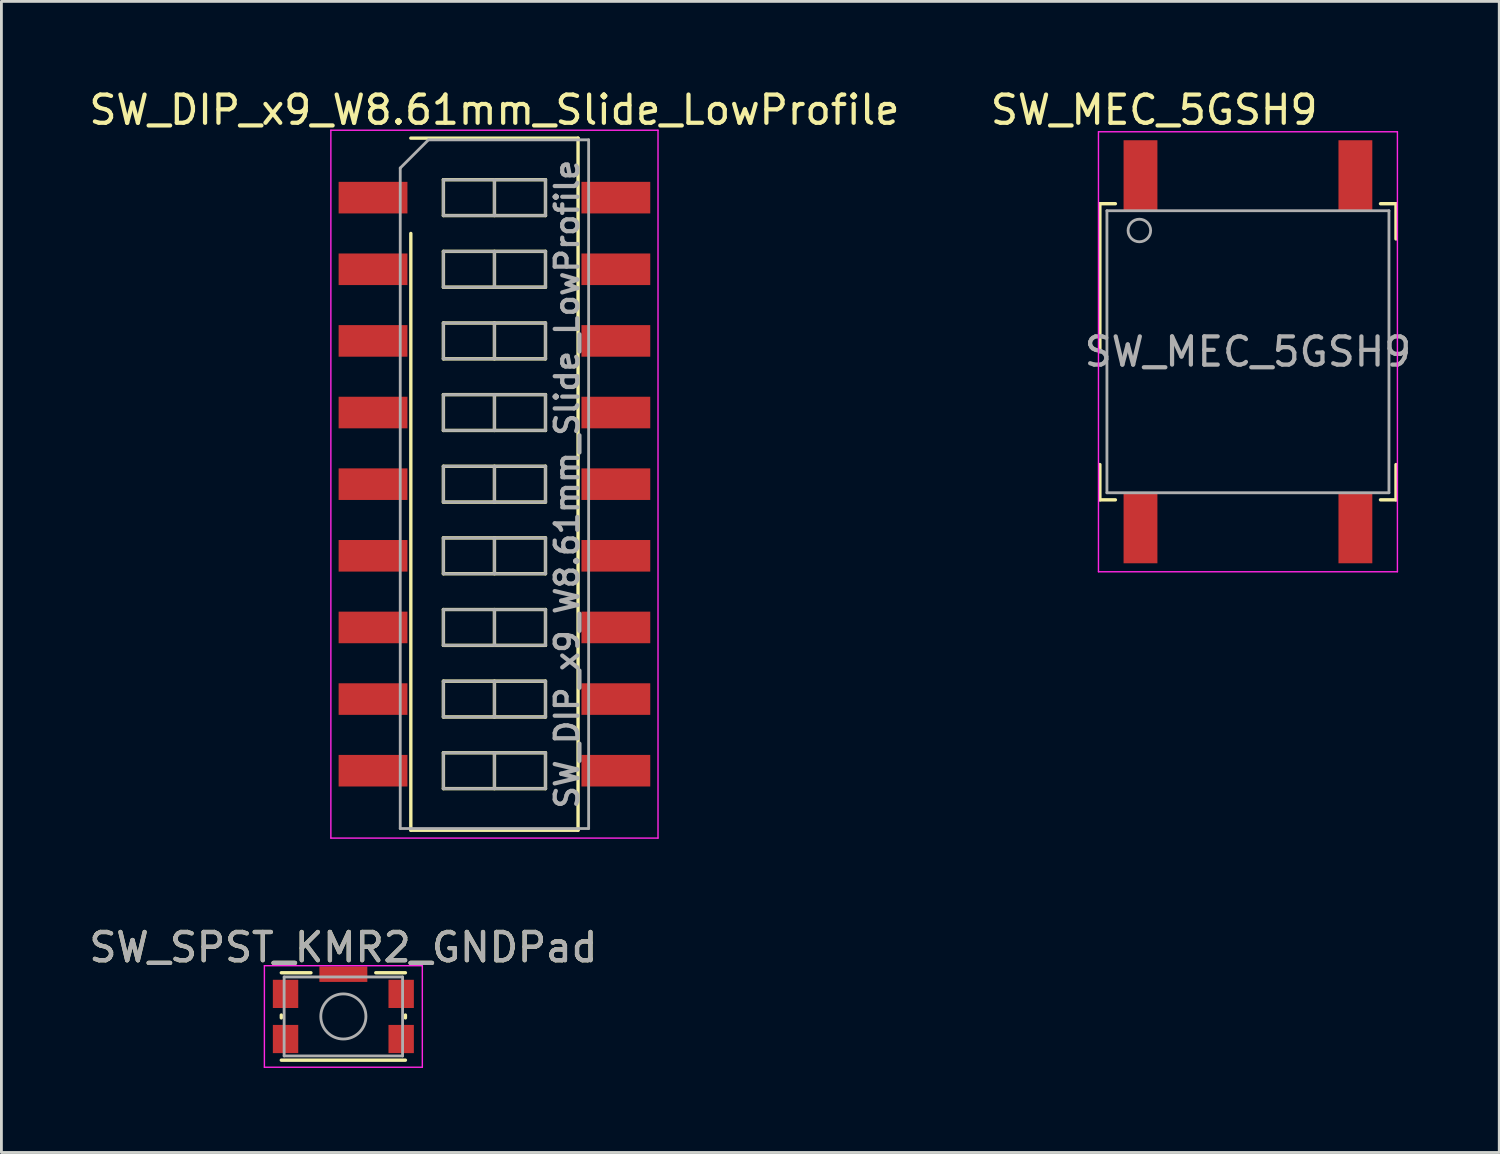
<source format=kicad_pcb>
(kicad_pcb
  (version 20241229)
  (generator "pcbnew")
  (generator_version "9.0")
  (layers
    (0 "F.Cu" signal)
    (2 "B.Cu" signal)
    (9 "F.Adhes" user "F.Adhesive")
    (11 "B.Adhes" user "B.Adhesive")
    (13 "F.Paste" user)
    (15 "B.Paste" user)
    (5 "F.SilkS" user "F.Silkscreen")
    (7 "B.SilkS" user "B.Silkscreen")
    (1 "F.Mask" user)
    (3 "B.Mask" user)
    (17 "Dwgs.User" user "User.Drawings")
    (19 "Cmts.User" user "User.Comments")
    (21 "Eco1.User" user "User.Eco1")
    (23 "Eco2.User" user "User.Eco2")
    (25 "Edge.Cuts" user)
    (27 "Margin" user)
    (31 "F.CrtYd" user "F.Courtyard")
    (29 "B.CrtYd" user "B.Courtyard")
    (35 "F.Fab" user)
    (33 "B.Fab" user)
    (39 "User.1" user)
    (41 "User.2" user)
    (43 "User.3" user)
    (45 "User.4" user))
  (footprint "SW_MEC_5GSH9"
    (layer "F.Cu")
    (at 41.2 9.423)
    (property "Reference" "SW_MEC_5GSH9" (at -3.325 -8.575 180) (layer "F.SilkS") (effects (font (size 1 1) (thickness 0.15))))
    (attr smd)
    (fp_line (start -5.25 -5.25) (end -5.25 0) (stroke (width 0.12) (type solid)) (layer "F.SilkS"))
    (fp_line (start -5.25 5.25) (end -5.25 4) (stroke (width 0.12) (type solid)) (layer "F.SilkS"))
    (fp_line (start -4.7 -5.25) (end -5.25 -5.25) (stroke (width 0.12) (type solid)) (layer "F.SilkS"))
    (fp_line (start -4.7 5.25) (end -5.25 5.25) (stroke (width 0.12) (type solid)) (layer "F.SilkS"))
    (fp_line (start 4.7 -5.25) (end 5.25 -5.25) (stroke (width 0.12) (type solid)) (layer "F.SilkS"))
    (fp_line (start 4.7 5.25) (end 5.25 5.25) (stroke (width 0.12) (type solid)) (layer "F.SilkS"))
    (fp_line (start 5.25 -5.25) (end 5.25 -4) (stroke (width 0.12) (type solid)) (layer "F.SilkS"))
    (fp_line (start 5.25 5.25) (end 5.25 4) (stroke (width 0.12) (type solid)) (layer "F.SilkS"))
    (fp_line (start -5.3 -7.8) (end 5.3 -7.8) (stroke (width 0.05) (type solid)) (layer "F.CrtYd"))
    (fp_line (start -5.3 7.8) (end -5.3 -7.8) (stroke (width 0.05) (type solid)) (layer "F.CrtYd"))
    (fp_line (start 5.3 -7.8) (end 5.3 7.8) (stroke (width 0.05) (type solid)) (layer "F.CrtYd"))
    (fp_line (start 5.3 7.8) (end -5.3 7.8) (stroke (width 0.05) (type solid)) (layer "F.CrtYd"))
    (fp_line (start -5 -5) (end 5 -5) (stroke (width 0.1) (type solid)) (layer "F.Fab"))
    (fp_line (start -5 5) (end -5 -5) (stroke (width 0.1) (type solid)) (layer "F.Fab"))
    (fp_line (start 5 -5) (end 5 5) (stroke (width 0.1) (type solid)) (layer "F.Fab"))
    (fp_line (start 5 5) (end -5 5) (stroke (width 0.1) (type solid)) (layer "F.Fab"))
    (fp_circle (center -3.85 -4.3) (end -3.85 -4.7) (stroke (width 0.1) (type solid)) (fill no) (layer "F.Fab"))
    (fp_text user "${REFERENCE}" (at 0 0 0) (layer "F.Fab") (effects (font (size 1 1) (thickness 0.15))))
    (pad "1" smd rect (at -3.81 -6.25 90) (size 2.5 1.2) (layers "F.Cu" "F.Mask" "F.Paste"))
    (pad "2" smd rect (at -3.81 6.25 90) (size 2.5 1.2) (layers "F.Cu" "F.Mask" "F.Paste"))
    (pad "3" smd rect (at 3.81 -6.25 90) (size 2.5 1.2) (layers "F.Cu" "F.Mask" "F.Paste"))
    (pad "4" smd rect (at 3.81 6.25 90) (size 2.5 1.2) (layers "F.Cu" "F.Mask" "F.Paste")))
  (footprint "SW_SPST_KMR2_GNDPad"
    (layer "F.Cu")
    (at 9.125 32.992)
    (property "Reference" "SW_SPST_KMR2_GNDPad" (at 0 -2.45 0) (layer "F.SilkS") (effects (font (size 1 1) (thickness 0.15))))
    (attr smd)
    (fp_line (start -2.2 0.05) (end -2.2 -0.05) (stroke (width 0.12) (type solid)) (layer "F.SilkS"))
    (fp_line (start -2.2 1.55) (end 2.2 1.55) (stroke (width 0.12) (type solid)) (layer "F.SilkS"))
    (fp_line (start -1.15 -1.55) (end -2.2 -1.55) (stroke (width 0.12) (type solid)) (layer "F.SilkS"))
    (fp_line (start 2.2 -1.55) (end 1.15 -1.55) (stroke (width 0.12) (type solid)) (layer "F.SilkS"))
    (fp_line (start 2.2 0.05) (end 2.2 -0.05) (stroke (width 0.12) (type solid)) (layer "F.SilkS"))
    (fp_line (start -2.8 -1.8) (end 2.8 -1.8) (stroke (width 0.05) (type solid)) (layer "F.CrtYd"))
    (fp_line (start -2.8 1.8) (end -2.8 -1.8) (stroke (width 0.05) (type solid)) (layer "F.CrtYd"))
    (fp_line (start 2.8 -1.8) (end 2.8 1.8) (stroke (width 0.05) (type solid)) (layer "F.CrtYd"))
    (fp_line (start 2.8 1.8) (end -2.8 1.8) (stroke (width 0.05) (type solid)) (layer "F.CrtYd"))
    (fp_line (start -2.1 -1.4) (end 2.1 -1.4) (stroke (width 0.1) (type solid)) (layer "F.Fab"))
    (fp_line (start -2.1 1.4) (end -2.1 -1.4) (stroke (width 0.1) (type solid)) (layer "F.Fab"))
    (fp_line (start 2.1 -1.4) (end 2.1 1.4) (stroke (width 0.1) (type solid)) (layer "F.Fab"))
    (fp_line (start 2.1 1.4) (end -2.1 1.4) (stroke (width 0.1) (type solid)) (layer "F.Fab"))
    (fp_circle (center 0 0) (end 0 0.8) (stroke (width 0.1) (type solid)) (fill no) (layer "F.Fab"))
    (fp_text user "${REFERENCE}" (at 0 -2.45 0) (layer "F.Fab") (effects (font (size 1 1) (thickness 0.15))))
    (pad "1" smd rect (at -2.05 -0.8) (size 0.9 1) (layers "F.Cu" "F.Mask" "F.Paste"))
    (pad "1" smd rect (at 2.05 -0.8) (size 0.9 1) (layers "F.Cu" "F.Mask" "F.Paste"))
    (pad "2" smd rect (at -2.05 0.8) (size 0.9 1) (layers "F.Cu" "F.Mask" "F.Paste"))
    (pad "2" smd rect (at 2.05 0.8) (size 0.9 1) (layers "F.Cu" "F.Mask" "F.Paste"))
    (pad "3" smd rect (at 0 -1.5) (size 1.7 0.55) (layers "F.Cu" "F.Mask" "F.Paste")))
  (footprint "SW_DIP_x9_W8.61mm_Slide_LowProfile"
    (layer "F.Cu")
    (at 14.482 14.118)
    (property "Reference" "SW_DIP_x9_W8.61mm_Slide_LowProfile" (at 0 -13.27 0) (layer "F.SilkS") (effects (font (size 1 1) (thickness 0.15))))
    (attr smd)
    (fp_line (start -2.965 -12.27) (end 2.965 -12.27) (stroke (width 0.12) (type solid)) (layer "F.SilkS"))
    (fp_line (start -2.965 12.27) (end -2.965 -8.89) (stroke (width 0.12) (type solid)) (layer "F.SilkS"))
    (fp_line (start -1.81 -10.795) (end -1.81 -9.525) (stroke (width 0.12) (type solid)) (layer "F.SilkS"))
    (fp_line (start -1.81 -9.525) (end 1.81 -9.525) (stroke (width 0.12) (type solid)) (layer "F.SilkS"))
    (fp_line (start -1.81 -8.255) (end -1.81 -6.985) (stroke (width 0.12) (type solid)) (layer "F.SilkS"))
    (fp_line (start -1.81 -6.985) (end 1.81 -6.985) (stroke (width 0.12) (type solid)) (layer "F.SilkS"))
    (fp_line (start -1.81 -5.715) (end -1.81 -4.445) (stroke (width 0.12) (type solid)) (layer "F.SilkS"))
    (fp_line (start -1.81 -4.445) (end 1.81 -4.445) (stroke (width 0.12) (type solid)) (layer "F.SilkS"))
    (fp_line (start -1.81 -3.175) (end -1.81 -1.905) (stroke (width 0.12) (type solid)) (layer "F.SilkS"))
    (fp_line (start -1.81 -1.905) (end 1.81 -1.905) (stroke (width 0.12) (type solid)) (layer "F.SilkS"))
    (fp_line (start -1.81 -0.635) (end -1.81 0.635) (stroke (width 0.12) (type solid)) (layer "F.SilkS"))
    (fp_line (start -1.81 0.635) (end 1.81 0.635) (stroke (width 0.12) (type solid)) (layer "F.SilkS"))
    (fp_line (start -1.81 1.905) (end -1.81 3.175) (stroke (width 0.12) (type solid)) (layer "F.SilkS"))
    (fp_line (start -1.81 3.175) (end 1.81 3.175) (stroke (width 0.12) (type solid)) (layer "F.SilkS"))
    (fp_line (start -1.81 4.445) (end -1.81 5.715) (stroke (width 0.12) (type solid)) (layer "F.SilkS"))
    (fp_line (start -1.81 5.715) (end 1.81 5.715) (stroke (width 0.12) (type solid)) (layer "F.SilkS"))
    (fp_line (start -1.81 6.985) (end -1.81 8.255) (stroke (width 0.12) (type solid)) (layer "F.SilkS"))
    (fp_line (start -1.81 8.255) (end 1.81 8.255) (stroke (width 0.12) (type solid)) (layer "F.SilkS"))
    (fp_line (start -1.81 9.525) (end -1.81 10.795) (stroke (width 0.12) (type solid)) (layer "F.SilkS"))
    (fp_line (start -1.81 10.795) (end 1.81 10.795) (stroke (width 0.12) (type solid)) (layer "F.SilkS"))
    (fp_line (start 0 -10.795) (end 0 -9.525) (stroke (width 0.12) (type solid)) (layer "F.SilkS"))
    (fp_line (start 0 -8.255) (end 0 -6.985) (stroke (width 0.12) (type solid)) (layer "F.SilkS"))
    (fp_line (start 0 -5.715) (end 0 -4.445) (stroke (width 0.12) (type solid)) (layer "F.SilkS"))
    (fp_line (start 0 -3.175) (end 0 -1.905) (stroke (width 0.12) (type solid)) (layer "F.SilkS"))
    (fp_line (start 0 -0.635) (end 0 0.635) (stroke (width 0.12) (type solid)) (layer "F.SilkS"))
    (fp_line (start 0 1.905) (end 0 3.175) (stroke (width 0.12) (type solid)) (layer "F.SilkS"))
    (fp_line (start 0 4.445) (end 0 5.715) (stroke (width 0.12) (type solid)) (layer "F.SilkS"))
    (fp_line (start 0 6.985) (end 0 8.255) (stroke (width 0.12) (type solid)) (layer "F.SilkS"))
    (fp_line (start 0 9.525) (end 0 10.795) (stroke (width 0.12) (type solid)) (layer "F.SilkS"))
    (fp_line (start 1.81 -10.795) (end -1.81 -10.795) (stroke (width 0.12) (type solid)) (layer "F.SilkS"))
    (fp_line (start 1.81 -9.525) (end 1.81 -10.795) (stroke (width 0.12) (type solid)) (layer "F.SilkS"))
    (fp_line (start 1.81 -8.255) (end -1.81 -8.255) (stroke (width 0.12) (type solid)) (layer "F.SilkS"))
    (fp_line (start 1.81 -6.985) (end 1.81 -8.255) (stroke (width 0.12) (type solid)) (layer "F.SilkS"))
    (fp_line (start 1.81 -5.715) (end -1.81 -5.715) (stroke (width 0.12) (type solid)) (layer "F.SilkS"))
    (fp_line (start 1.81 -4.445) (end 1.81 -5.715) (stroke (width 0.12) (type solid)) (layer "F.SilkS"))
    (fp_line (start 1.81 -3.175) (end -1.81 -3.175) (stroke (width 0.12) (type solid)) (layer "F.SilkS"))
    (fp_line (start 1.81 -1.905) (end 1.81 -3.175) (stroke (width 0.12) (type solid)) (layer "F.SilkS"))
    (fp_line (start 1.81 -0.635) (end -1.81 -0.635) (stroke (width 0.12) (type solid)) (layer "F.SilkS"))
    (fp_line (start 1.81 0.635) (end 1.81 -0.635) (stroke (width 0.12) (type solid)) (layer "F.SilkS"))
    (fp_line (start 1.81 1.905) (end -1.81 1.905) (stroke (width 0.12) (type solid)) (layer "F.SilkS"))
    (fp_line (start 1.81 3.175) (end 1.81 1.905) (stroke (width 0.12) (type solid)) (layer "F.SilkS"))
    (fp_line (start 1.81 4.445) (end -1.81 4.445) (stroke (width 0.12) (type solid)) (layer "F.SilkS"))
    (fp_line (start 1.81 5.715) (end 1.81 4.445) (stroke (width 0.12) (type solid)) (layer "F.SilkS"))
    (fp_line (start 1.81 6.985) (end -1.81 6.985) (stroke (width 0.12) (type solid)) (layer "F.SilkS"))
    (fp_line (start 1.81 8.255) (end 1.81 6.985) (stroke (width 0.12) (type solid)) (layer "F.SilkS"))
    (fp_line (start 1.81 9.525) (end -1.81 9.525) (stroke (width 0.12) (type solid)) (layer "F.SilkS"))
    (fp_line (start 1.81 10.795) (end 1.81 9.525) (stroke (width 0.12) (type solid)) (layer "F.SilkS"))
    (fp_line (start 2.965 -12.27) (end 2.965 12.27) (stroke (width 0.12) (type solid)) (layer "F.SilkS"))
    (fp_line (start 2.965 12.27) (end -2.965 12.27) (stroke (width 0.12) (type solid)) (layer "F.SilkS"))
    (fp_line (start -5.8 -12.55) (end -5.8 12.55) (stroke (width 0.05) (type solid)) (layer "F.CrtYd"))
    (fp_line (start -5.8 12.55) (end 5.8 12.55) (stroke (width 0.05) (type solid)) (layer "F.CrtYd"))
    (fp_line (start 5.8 -12.55) (end -5.8 -12.55) (stroke (width 0.05) (type solid)) (layer "F.CrtYd"))
    (fp_line (start 5.8 12.55) (end 5.8 -12.55) (stroke (width 0.05) (type solid)) (layer "F.CrtYd"))
    (fp_line (start -3.34 -11.21) (end -2.34 -12.21) (stroke (width 0.1) (type solid)) (layer "F.Fab"))
    (fp_line (start -3.34 12.21) (end -3.34 -11.21) (stroke (width 0.1) (type solid)) (layer "F.Fab"))
    (fp_line (start -2.34 -12.21) (end 3.34 -12.21) (stroke (width 0.1) (type solid)) (layer "F.Fab"))
    (fp_line (start -1.81 -10.795) (end -1.81 -9.525) (stroke (width 0.1) (type solid)) (layer "F.Fab"))
    (fp_line (start -1.81 -9.525) (end 1.81 -9.525) (stroke (width 0.1) (type solid)) (layer "F.Fab"))
    (fp_line (start -1.81 -8.255) (end -1.81 -6.985) (stroke (width 0.1) (type solid)) (layer "F.Fab"))
    (fp_line (start -1.81 -6.985) (end 1.81 -6.985) (stroke (width 0.1) (type solid)) (layer "F.Fab"))
    (fp_line (start -1.81 -5.715) (end -1.81 -4.445) (stroke (width 0.1) (type solid)) (layer "F.Fab"))
    (fp_line (start -1.81 -4.445) (end 1.81 -4.445) (stroke (width 0.1) (type solid)) (layer "F.Fab"))
    (fp_line (start -1.81 -3.175) (end -1.81 -1.905) (stroke (width 0.1) (type solid)) (layer "F.Fab"))
    (fp_line (start -1.81 -1.905) (end 1.81 -1.905) (stroke (width 0.1) (type solid)) (layer "F.Fab"))
    (fp_line (start -1.81 -0.635) (end -1.81 0.635) (stroke (width 0.1) (type solid)) (layer "F.Fab"))
    (fp_line (start -1.81 0.635) (end 1.81 0.635) (stroke (width 0.1) (type solid)) (layer "F.Fab"))
    (fp_line (start -1.81 1.905) (end -1.81 3.175) (stroke (width 0.1) (type solid)) (layer "F.Fab"))
    (fp_line (start -1.81 3.175) (end 1.81 3.175) (stroke (width 0.1) (type solid)) (layer "F.Fab"))
    (fp_line (start -1.81 4.445) (end -1.81 5.715) (stroke (width 0.1) (type solid)) (layer "F.Fab"))
    (fp_line (start -1.81 5.715) (end 1.81 5.715) (stroke (width 0.1) (type solid)) (layer "F.Fab"))
    (fp_line (start -1.81 6.985) (end -1.81 8.255) (stroke (width 0.1) (type solid)) (layer "F.Fab"))
    (fp_line (start -1.81 8.255) (end 1.81 8.255) (stroke (width 0.1) (type solid)) (layer "F.Fab"))
    (fp_line (start -1.81 9.525) (end -1.81 10.795) (stroke (width 0.1) (type solid)) (layer "F.Fab"))
    (fp_line (start -1.81 10.795) (end 1.81 10.795) (stroke (width 0.1) (type solid)) (layer "F.Fab"))
    (fp_line (start 0 -10.795) (end 0 -9.525) (stroke (width 0.1) (type solid)) (layer "F.Fab"))
    (fp_line (start 0 -8.255) (end 0 -6.985) (stroke (width 0.1) (type solid)) (layer "F.Fab"))
    (fp_line (start 0 -5.715) (end 0 -4.445) (stroke (width 0.1) (type solid)) (layer "F.Fab"))
    (fp_line (start 0 -3.175) (end 0 -1.905) (stroke (width 0.1) (type solid)) (layer "F.Fab"))
    (fp_line (start 0 -0.635) (end 0 0.635) (stroke (width 0.1) (type solid)) (layer "F.Fab"))
    (fp_line (start 0 1.905) (end 0 3.175) (stroke (width 0.1) (type solid)) (layer "F.Fab"))
    (fp_line (start 0 4.445) (end 0 5.715) (stroke (width 0.1) (type solid)) (layer "F.Fab"))
    (fp_line (start 0 6.985) (end 0 8.255) (stroke (width 0.1) (type solid)) (layer "F.Fab"))
    (fp_line (start 0 9.525) (end 0 10.795) (stroke (width 0.1) (type solid)) (layer "F.Fab"))
    (fp_line (start 1.81 -10.795) (end -1.81 -10.795) (stroke (width 0.1) (type solid)) (layer "F.Fab"))
    (fp_line (start 1.81 -9.525) (end 1.81 -10.795) (stroke (width 0.1) (type solid)) (layer "F.Fab"))
    (fp_line (start 1.81 -8.255) (end -1.81 -8.255) (stroke (width 0.1) (type solid)) (layer "F.Fab"))
    (fp_line (start 1.81 -6.985) (end 1.81 -8.255) (stroke (width 0.1) (type solid)) (layer "F.Fab"))
    (fp_line (start 1.81 -5.715) (end -1.81 -5.715) (stroke (width 0.1) (type solid)) (layer "F.Fab"))
    (fp_line (start 1.81 -4.445) (end 1.81 -5.715) (stroke (width 0.1) (type solid)) (layer "F.Fab"))
    (fp_line (start 1.81 -3.175) (end -1.81 -3.175) (stroke (width 0.1) (type solid)) (layer "F.Fab"))
    (fp_line (start 1.81 -1.905) (end 1.81 -3.175) (stroke (width 0.1) (type solid)) (layer "F.Fab"))
    (fp_line (start 1.81 -0.635) (end -1.81 -0.635) (stroke (width 0.1) (type solid)) (layer "F.Fab"))
    (fp_line (start 1.81 0.635) (end 1.81 -0.635) (stroke (width 0.1) (type solid)) (layer "F.Fab"))
    (fp_line (start 1.81 1.905) (end -1.81 1.905) (stroke (width 0.1) (type solid)) (layer "F.Fab"))
    (fp_line (start 1.81 3.175) (end 1.81 1.905) (stroke (width 0.1) (type solid)) (layer "F.Fab"))
    (fp_line (start 1.81 4.445) (end -1.81 4.445) (stroke (width 0.1) (type solid)) (layer "F.Fab"))
    (fp_line (start 1.81 5.715) (end 1.81 4.445) (stroke (width 0.1) (type solid)) (layer "F.Fab"))
    (fp_line (start 1.81 6.985) (end -1.81 6.985) (stroke (width 0.1) (type solid)) (layer "F.Fab"))
    (fp_line (start 1.81 8.255) (end 1.81 6.985) (stroke (width 0.1) (type solid)) (layer "F.Fab"))
    (fp_line (start 1.81 9.525) (end -1.81 9.525) (stroke (width 0.1) (type solid)) (layer "F.Fab"))
    (fp_line (start 1.81 10.795) (end 1.81 9.525) (stroke (width 0.1) (type solid)) (layer "F.Fab"))
    (fp_line (start 3.34 -12.21) (end 3.34 12.21) (stroke (width 0.1) (type solid)) (layer "F.Fab"))
    (fp_line (start 3.34 12.21) (end -3.34 12.21) (stroke (width 0.1) (type solid)) (layer "F.Fab"))
    (fp_text user "${REFERENCE}" (at 2.575 0 90) (layer "F.Fab") (effects (font (size 0.8 0.8) (thickness 0.15))))
    (pad "1" smd rect (at -4.305 -10.16) (size 2.44 1.12) (layers "F.Cu" "F.Mask" "F.Paste"))
    (pad "2" smd rect (at -4.305 -7.62) (size 2.44 1.12) (layers "F.Cu" "F.Mask" "F.Paste"))
    (pad "3" smd rect (at -4.305 -5.08) (size 2.44 1.12) (layers "F.Cu" "F.Mask" "F.Paste"))
    (pad "4" smd rect (at -4.305 -2.54) (size 2.44 1.12) (layers "F.Cu" "F.Mask" "F.Paste"))
    (pad "5" smd rect (at -4.305 0) (size 2.44 1.12) (layers "F.Cu" "F.Mask" "F.Paste"))
    (pad "6" smd rect (at -4.305 2.54) (size 2.44 1.12) (layers "F.Cu" "F.Mask" "F.Paste"))
    (pad "7" smd rect (at -4.305 5.08) (size 2.44 1.12) (layers "F.Cu" "F.Mask" "F.Paste"))
    (pad "8" smd rect (at -4.305 7.62) (size 2.44 1.12) (layers "F.Cu" "F.Mask" "F.Paste"))
    (pad "9" smd rect (at -4.305 10.16) (size 2.44 1.12) (layers "F.Cu" "F.Mask" "F.Paste"))
    (pad "10" smd rect (at 4.305 10.16) (size 2.44 1.12) (layers "F.Cu" "F.Mask" "F.Paste"))
    (pad "11" smd rect (at 4.305 7.62) (size 2.44 1.12) (layers "F.Cu" "F.Mask" "F.Paste"))
    (pad "12" smd rect (at 4.305 5.08) (size 2.44 1.12) (layers "F.Cu" "F.Mask" "F.Paste"))
    (pad "13" smd rect (at 4.305 2.54) (size 2.44 1.12) (layers "F.Cu" "F.Mask" "F.Paste"))
    (pad "14" smd rect (at 4.305 0) (size 2.44 1.12) (layers "F.Cu" "F.Mask" "F.Paste"))
    (pad "15" smd rect (at 4.305 -2.54) (size 2.44 1.12) (layers "F.Cu" "F.Mask" "F.Paste"))
    (pad "16" smd rect (at 4.305 -5.08) (size 2.44 1.12) (layers "F.Cu" "F.Mask" "F.Paste"))
    (pad "17" smd rect (at 4.305 -7.62) (size 2.44 1.12) (layers "F.Cu" "F.Mask" "F.Paste"))
    (pad "18" smd rect (at 4.305 -10.16) (size 2.44 1.12) (layers "F.Cu" "F.Mask" "F.Paste")))
  (gr_rect
    (start -3 -3)
    (end 50.111 37.816)
    (stroke (width 0.1) (type default))
    (fill no)
    (layer "Edge.Cuts")))
</source>
